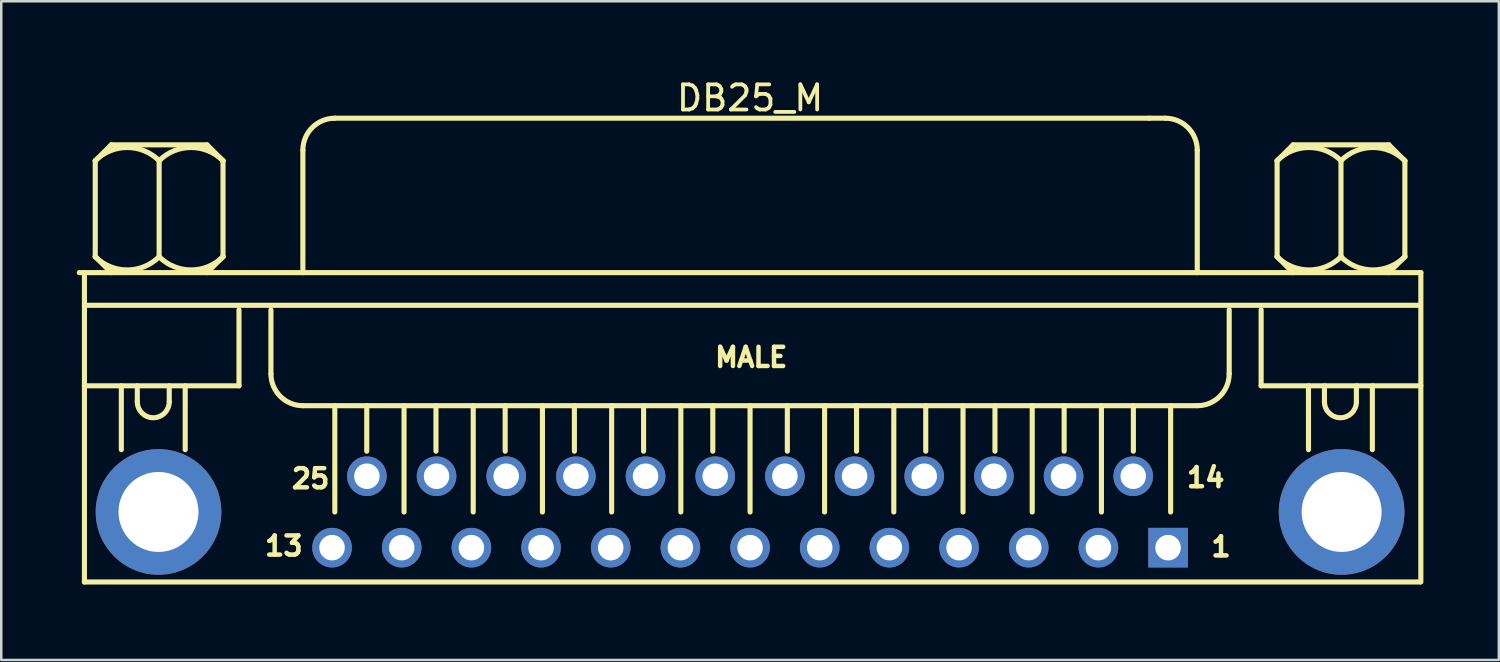
<source format=kicad_pcb>
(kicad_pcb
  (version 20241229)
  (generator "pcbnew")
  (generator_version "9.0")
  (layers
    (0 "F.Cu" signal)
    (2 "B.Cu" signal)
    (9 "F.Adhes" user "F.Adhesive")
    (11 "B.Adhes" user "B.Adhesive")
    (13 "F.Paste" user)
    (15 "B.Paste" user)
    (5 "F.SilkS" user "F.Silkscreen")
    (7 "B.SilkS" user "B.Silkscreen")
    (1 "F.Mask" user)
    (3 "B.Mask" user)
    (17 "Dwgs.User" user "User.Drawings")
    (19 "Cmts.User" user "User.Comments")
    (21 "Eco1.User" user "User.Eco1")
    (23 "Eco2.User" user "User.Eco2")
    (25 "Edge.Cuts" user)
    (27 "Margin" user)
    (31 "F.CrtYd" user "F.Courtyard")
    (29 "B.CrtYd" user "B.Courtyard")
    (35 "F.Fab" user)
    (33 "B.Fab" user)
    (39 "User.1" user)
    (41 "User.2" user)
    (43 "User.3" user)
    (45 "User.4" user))
  (footprint "DB25_M"
    (layer "F.Cu")
    (at 43.392 18.725)
    (property "Reference" "DB25_M" (at -16.62 -17.876 0) (layer "F.SilkS") (effects (font (size 1 1) (thickness 0.15))))
    (fp_line (start -43.29 -10.936) (end 10.05 -10.936) (stroke (width 0.203) (type solid)) (layer "F.SilkS"))
    (fp_line (start -43.085 -9.636) (end 10.015 -9.636) (stroke (width 0.203) (type solid)) (layer "F.SilkS"))
    (fp_line (start -43.085 -6.436) (end -36.94 -6.436) (stroke (width 0.203) (type solid)) (layer "F.SilkS"))
    (fp_line (start -43.085 1.364) (end -43.085 -10.936) (stroke (width 0.203) (type solid)) (layer "F.SilkS"))
    (fp_line (start -43.085 1.364) (end 10.015 1.364) (stroke (width 0.203) (type solid)) (layer "F.SilkS"))
    (fp_line (start -42.655 -15.381) (end -42.02 -16.016) (stroke (width 0.203) (type solid)) (layer "F.SilkS"))
    (fp_line (start -42.655 -11.571) (end -42.655 -15.381) (stroke (width 0.203) (type solid)) (layer "F.SilkS"))
    (fp_line (start -42.655 -11.571) (end -42.02 -10.936) (stroke (width 0.203) (type solid)) (layer "F.SilkS"))
    (fp_line (start -42.02 -16.016) (end -38.21 -16.016) (stroke (width 0.203) (type solid)) (layer "F.SilkS"))
    (fp_line (start -41.618 -3.896) (end -41.618 -6.436) (stroke (width 0.203) (type solid)) (layer "F.SilkS"))
    (fp_line (start -40.983 -5.801) (end -40.983 -6.436) (stroke (width 0.203) (type solid)) (layer "F.SilkS"))
    (fp_line (start -40.115 -11.571) (end -40.115 -15.381) (stroke (width 0.203) (type solid)) (layer "F.SilkS"))
    (fp_line (start -39.713 -5.801) (end -39.713 -6.436) (stroke (width 0.203) (type solid)) (layer "F.SilkS"))
    (fp_line (start -39.078 -3.896) (end -39.078 -6.436) (stroke (width 0.203) (type solid)) (layer "F.SilkS"))
    (fp_line (start -38.21 -16.016) (end -37.575 -15.381) (stroke (width 0.203) (type solid)) (layer "F.SilkS"))
    (fp_line (start -38.21 -10.936) (end -37.575 -11.571) (stroke (width 0.203) (type solid)) (layer "F.SilkS"))
    (fp_line (start -37.575 -11.571) (end -37.575 -15.381) (stroke (width 0.203) (type solid)) (layer "F.SilkS"))
    (fp_line (start -36.94 -6.436) (end -36.94 -9.455) (stroke (width 0.203) (type solid)) (layer "F.SilkS"))
    (fp_line (start -35.67 -6.915) (end -35.67 -9.455) (stroke (width 0.203) (type solid)) (layer "F.SilkS"))
    (fp_line (start -34.4 -10.936) (end -34.4 -15.805) (stroke (width 0.203) (type solid)) (layer "F.SilkS"))
    (fp_line (start -34.4 -5.645) (end 1.16 -5.645) (stroke (width 0.203) (type solid)) (layer "F.SilkS"))
    (fp_line (start -33.13 -17.075) (end -0.745 -17.075) (stroke (width 0.203) (type solid)) (layer "F.SilkS"))
    (fp_line (start -33.13 -1.418) (end -33.13 -5.645) (stroke (width 0.203) (type solid)) (layer "F.SilkS"))
    (fp_line (start -31.86 -3.836) (end -31.86 -5.645) (stroke (width 0.203) (type solid)) (layer "F.SilkS"))
    (fp_line (start -30.378 -1.418) (end -30.378 -5.645) (stroke (width 0.203) (type solid)) (layer "F.SilkS"))
    (fp_line (start -29.108 -3.836) (end -29.108 -5.645) (stroke (width 0.203) (type solid)) (layer "F.SilkS"))
    (fp_line (start -27.627 -1.418) (end -27.627 -5.645) (stroke (width 0.203) (type solid)) (layer "F.SilkS"))
    (fp_line (start -26.357 -3.836) (end -26.357 -5.645) (stroke (width 0.203) (type solid)) (layer "F.SilkS"))
    (fp_line (start -24.875 -1.418) (end -24.875 -5.645) (stroke (width 0.203) (type solid)) (layer "F.SilkS"))
    (fp_line (start -23.605 -3.836) (end -23.605 -5.645) (stroke (width 0.203) (type solid)) (layer "F.SilkS"))
    (fp_line (start -22.123 -1.418) (end -22.123 -5.645) (stroke (width 0.203) (type solid)) (layer "F.SilkS"))
    (fp_line (start -20.853 -3.836) (end -20.853 -5.645) (stroke (width 0.203) (type solid)) (layer "F.SilkS"))
    (fp_line (start -19.372 -1.418) (end -19.372 -5.645) (stroke (width 0.203) (type solid)) (layer "F.SilkS"))
    (fp_line (start -18.102 -3.836) (end -18.102 -5.645) (stroke (width 0.203) (type solid)) (layer "F.SilkS"))
    (fp_line (start -16.62 -1.418) (end -16.62 -5.645) (stroke (width 0.203) (type solid)) (layer "F.SilkS"))
    (fp_line (start -15.138 -3.836) (end -15.138 -5.645) (stroke (width 0.203) (type solid)) (layer "F.SilkS"))
    (fp_line (start -13.657 -1.418) (end -13.657 -5.645) (stroke (width 0.203) (type solid)) (layer "F.SilkS"))
    (fp_line (start -12.387 -3.836) (end -12.387 -5.645) (stroke (width 0.203) (type solid)) (layer "F.SilkS"))
    (fp_line (start -10.905 -1.418) (end -10.905 -5.645) (stroke (width 0.203) (type solid)) (layer "F.SilkS"))
    (fp_line (start -9.635 -3.836) (end -9.635 -5.645) (stroke (width 0.203) (type solid)) (layer "F.SilkS"))
    (fp_line (start -8.153 -1.418) (end -8.153 -5.645) (stroke (width 0.203) (type solid)) (layer "F.SilkS"))
    (fp_line (start -6.883 -3.836) (end -6.883 -5.645) (stroke (width 0.203) (type solid)) (layer "F.SilkS"))
    (fp_line (start -5.402 -1.418) (end -5.402 -5.645) (stroke (width 0.203) (type solid)) (layer "F.SilkS"))
    (fp_line (start -4.132 -3.836) (end -4.132 -5.645) (stroke (width 0.203) (type solid)) (layer "F.SilkS"))
    (fp_line (start -2.65 -1.418) (end -2.65 -5.645) (stroke (width 0.203) (type solid)) (layer "F.SilkS"))
    (fp_line (start -1.38 -3.836) (end -1.38 -5.645) (stroke (width 0.203) (type solid)) (layer "F.SilkS"))
    (fp_line (start -0.745 -17.075) (end -0.11 -17.075) (stroke (width 0.203) (type solid)) (layer "F.SilkS"))
    (fp_line (start 0.102 -1.418) (end 0.102 -5.645) (stroke (width 0.203) (type solid)) (layer "F.SilkS"))
    (fp_line (start 1.16 -10.936) (end 1.16 -15.805) (stroke (width 0.203) (type solid)) (layer "F.SilkS"))
    (fp_line (start 2.43 -6.915) (end 2.43 -9.455) (stroke (width 0.203) (type solid)) (layer "F.SilkS"))
    (fp_line (start 3.7 -6.436) (end 3.7 -9.455) (stroke (width 0.203) (type solid)) (layer "F.SilkS"))
    (fp_line (start 3.7 -6.436) (end 10.05 -6.436) (stroke (width 0.203) (type solid)) (layer "F.SilkS"))
    (fp_line (start 4.335 -15.381) (end 4.97 -16.016) (stroke (width 0.203) (type solid)) (layer "F.SilkS"))
    (fp_line (start 4.335 -11.571) (end 4.335 -15.381) (stroke (width 0.203) (type solid)) (layer "F.SilkS"))
    (fp_line (start 4.335 -11.571) (end 4.97 -10.936) (stroke (width 0.203) (type solid)) (layer "F.SilkS"))
    (fp_line (start 4.97 -16.016) (end 8.78 -16.016) (stroke (width 0.203) (type solid)) (layer "F.SilkS"))
    (fp_line (start 5.582 -3.896) (end 5.582 -6.436) (stroke (width 0.203) (type solid)) (layer "F.SilkS"))
    (fp_line (start 6.217 -5.801) (end 6.217 -6.436) (stroke (width 0.203) (type solid)) (layer "F.SilkS"))
    (fp_line (start 6.875 -11.571) (end 6.875 -15.381) (stroke (width 0.203) (type solid)) (layer "F.SilkS"))
    (fp_line (start 7.487 -5.801) (end 7.487 -6.436) (stroke (width 0.203) (type solid)) (layer "F.SilkS"))
    (fp_line (start 8.122 -3.896) (end 8.122 -6.436) (stroke (width 0.203) (type solid)) (layer "F.SilkS"))
    (fp_line (start 8.78 -16.016) (end 9.415 -15.381) (stroke (width 0.203) (type solid)) (layer "F.SilkS"))
    (fp_line (start 8.78 -10.936) (end 9.415 -11.571) (stroke (width 0.203) (type solid)) (layer "F.SilkS"))
    (fp_line (start 9.415 -11.571) (end 9.415 -15.381) (stroke (width 0.203) (type solid)) (layer "F.SilkS"))
    (fp_line (start 10.05 1.364) (end 10.05 -10.936) (stroke (width 0.203) (type solid)) (layer "F.SilkS"))
    (fp_arc (start -42.657188 -15.383518) (mid -41.38499 -15.91048) (end -40.112792 -15.383518) (stroke (width 0.2032) (type solid)) (layer "F.SilkS"))
    (fp_arc (start -40.117188 -15.383518) (mid -38.84499 -15.91048) (end -37.572792 -15.383518) (stroke (width 0.2032) (type solid)) (layer "F.SilkS"))
    (fp_arc (start -40.112792 -11.569122) (mid -41.38499 -11.04216) (end -42.657188 -11.569122) (stroke (width 0.2032) (type solid)) (layer "F.SilkS"))
    (fp_arc (start -39.71265 -5.80132) (mid -40.34765 -5.16632) (end -40.98265 -5.80132) (stroke (width 0.2032) (type solid)) (layer "F.SilkS"))
    (fp_arc (start -37.572792 -11.569122) (mid -38.84499 -11.04216) (end -40.117188 -11.569122) (stroke (width 0.2032) (type solid)) (layer "F.SilkS"))
    (fp_arc (start -34.39999 -15.80466) (mid -34.028016 -16.702686) (end -33.12999 -17.07466) (stroke (width 0.2032) (type solid)) (layer "F.SilkS"))
    (fp_arc (start -34.39999 -5.64466) (mid -35.298016 -6.016634) (end -35.66999 -6.91466) (stroke (width 0.2032) (type solid)) (layer "F.SilkS"))
    (fp_arc (start -0.10999 -17.07466) (mid 0.788036 -16.702686) (end 1.16001 -15.80466) (stroke (width 0.2032) (type solid)) (layer "F.SilkS"))
    (fp_arc (start 2.43001 -6.91466) (mid 2.058036 -6.016634) (end 1.16001 -5.64466) (stroke (width 0.2032) (type solid)) (layer "F.SilkS"))
    (fp_arc (start 4.332812 -15.383518) (mid 5.60501 -15.91048) (end 6.877208 -15.383518) (stroke (width 0.2032) (type solid)) (layer "F.SilkS"))
    (fp_arc (start 6.872812 -15.383518) (mid 8.14501 -15.91048) (end 9.417208 -15.383518) (stroke (width 0.2032) (type solid)) (layer "F.SilkS"))
    (fp_arc (start 6.877208 -11.569122) (mid 5.60501 -11.04216) (end 4.332812 -11.569122) (stroke (width 0.2032) (type solid)) (layer "F.SilkS"))
    (fp_arc (start 7.48735 -5.80132) (mid 6.85235 -5.16632) (end 6.21735 -5.80132) (stroke (width 0.2032) (type solid)) (layer "F.SilkS"))
    (fp_arc (start 9.417208 -11.569122) (mid 8.14501 -11.04216) (end 6.872812 -11.569122) (stroke (width 0.2032) (type solid)) (layer "F.SilkS"))
    (fp_text user "1" (at 1.625 0.41 0) (unlocked yes) (layer "F.SilkS") (effects (font (size 0.762 0.762) (thickness 0.178)) (justify left bottom)))
    (fp_text user "25" (at -34.937 -2.297 0) (unlocked yes) (layer "F.SilkS") (effects (font (size 0.762 0.762) (thickness 0.178)) (justify left bottom)))
    (fp_text user "14" (at 0.652 -2.341 0) (unlocked yes) (layer "F.SilkS") (effects (font (size 0.762 0.762) (thickness 0.178)) (justify left bottom)))
    (fp_text user "MALE" (at -18.107 -7.122 0) (unlocked yes) (layer "F.SilkS") (effects (font (size 0.762 0.762) (thickness 0.178)) (justify left bottom)))
    (fp_text user "13" (at -36.002 0.378 0) (unlocked yes) (layer "F.SilkS") (effects (font (size 0.762 0.762) (thickness 0.178)) (justify left bottom)))
    (pad "1" thru_hole rect (at 0 0) (size 1.575 1.575) (drill 1.016) (layers "*.Cu" "*.Mask"))
    (pad "2" thru_hole circle (at -2.77 0) (size 1.575 1.575) (drill 1.016) (layers "*.Cu" "*.Mask"))
    (pad "3" thru_hole circle (at -5.54 0) (size 1.575 1.575) (drill 1.016) (layers "*.Cu" "*.Mask"))
    (pad "4" thru_hole circle (at -8.31 0) (size 1.575 1.575) (drill 1.016) (layers "*.Cu" "*.Mask"))
    (pad "5" thru_hole circle (at -11.08 0) (size 1.575 1.575) (drill 1.016) (layers "*.Cu" "*.Mask"))
    (pad "6" thru_hole circle (at -13.85 0) (size 1.575 1.575) (drill 1.016) (layers "*.Cu" "*.Mask"))
    (pad "7" thru_hole circle (at -16.62 0) (size 1.575 1.575) (drill 1.016) (layers "*.Cu" "*.Mask"))
    (pad "8" thru_hole circle (at -19.39 0) (size 1.575 1.575) (drill 1.016) (layers "*.Cu" "*.Mask"))
    (pad "9" thru_hole circle (at -22.16 0) (size 1.575 1.575) (drill 1.016) (layers "*.Cu" "*.Mask"))
    (pad "10" thru_hole circle (at -24.93 0) (size 1.575 1.575) (drill 1.016) (layers "*.Cu" "*.Mask"))
    (pad "11" thru_hole circle (at -27.7 0) (size 1.575 1.575) (drill 1.016) (layers "*.Cu" "*.Mask"))
    (pad "12" thru_hole circle (at -30.47 0) (size 1.575 1.575) (drill 1.016) (layers "*.Cu" "*.Mask"))
    (pad "13" thru_hole circle (at -33.24 0) (size 1.575 1.575) (drill 1.016) (layers "*.Cu" "*.Mask"))
    (pad "14" thru_hole circle (at -1.385 -2.84) (size 1.575 1.575) (drill 1.016) (layers "*.Cu" "*.Mask"))
    (pad "15" thru_hole circle (at -4.155 -2.84) (size 1.575 1.575) (drill 1.016) (layers "*.Cu" "*.Mask"))
    (pad "16" thru_hole circle (at -6.925 -2.84) (size 1.575 1.575) (drill 1.016) (layers "*.Cu" "*.Mask"))
    (pad "17" thru_hole circle (at -9.695 -2.84) (size 1.575 1.575) (drill 1.016) (layers "*.Cu" "*.Mask"))
    (pad "18" thru_hole circle (at -12.465 -2.84) (size 1.575 1.575) (drill 1.016) (layers "*.Cu" "*.Mask"))
    (pad "19" thru_hole circle (at -15.235 -2.84) (size 1.575 1.575) (drill 1.016) (layers "*.Cu" "*.Mask"))
    (pad "20" thru_hole circle (at -18.005 -2.84) (size 1.575 1.575) (drill 1.016) (layers "*.Cu" "*.Mask"))
    (pad "21" thru_hole circle (at -20.775 -2.84) (size 1.575 1.575) (drill 1.016) (layers "*.Cu" "*.Mask"))
    (pad "22" thru_hole circle (at -23.545 -2.84) (size 1.575 1.575) (drill 1.016) (layers "*.Cu" "*.Mask"))
    (pad "23" thru_hole circle (at -26.315 -2.84) (size 1.575 1.575) (drill 1.016) (layers "*.Cu" "*.Mask"))
    (pad "24" thru_hole circle (at -29.085 -2.84) (size 1.575 1.575) (drill 1.016) (layers "*.Cu" "*.Mask"))
    (pad "25" thru_hole circle (at -31.855 -2.84) (size 1.575 1.575) (drill 1.016) (layers "*.Cu" "*.Mask"))
    (pad "BO1" thru_hole circle (at -40.14 -1.42) (size 4.995 4.995) (drill 3.18) (layers "*.Cu" "*.Mask"))
    (pad "BO2" thru_hole circle (at 6.9 -1.42) (size 4.995 4.995) (drill 3.18) (layers "*.Cu" "*.Mask")))
  (gr_rect
    (start -3 -3)
    (end 56.543 23.19)
    (stroke (width 0.1) (type default))
    (fill no)
    (layer "Edge.Cuts")))
</source>
